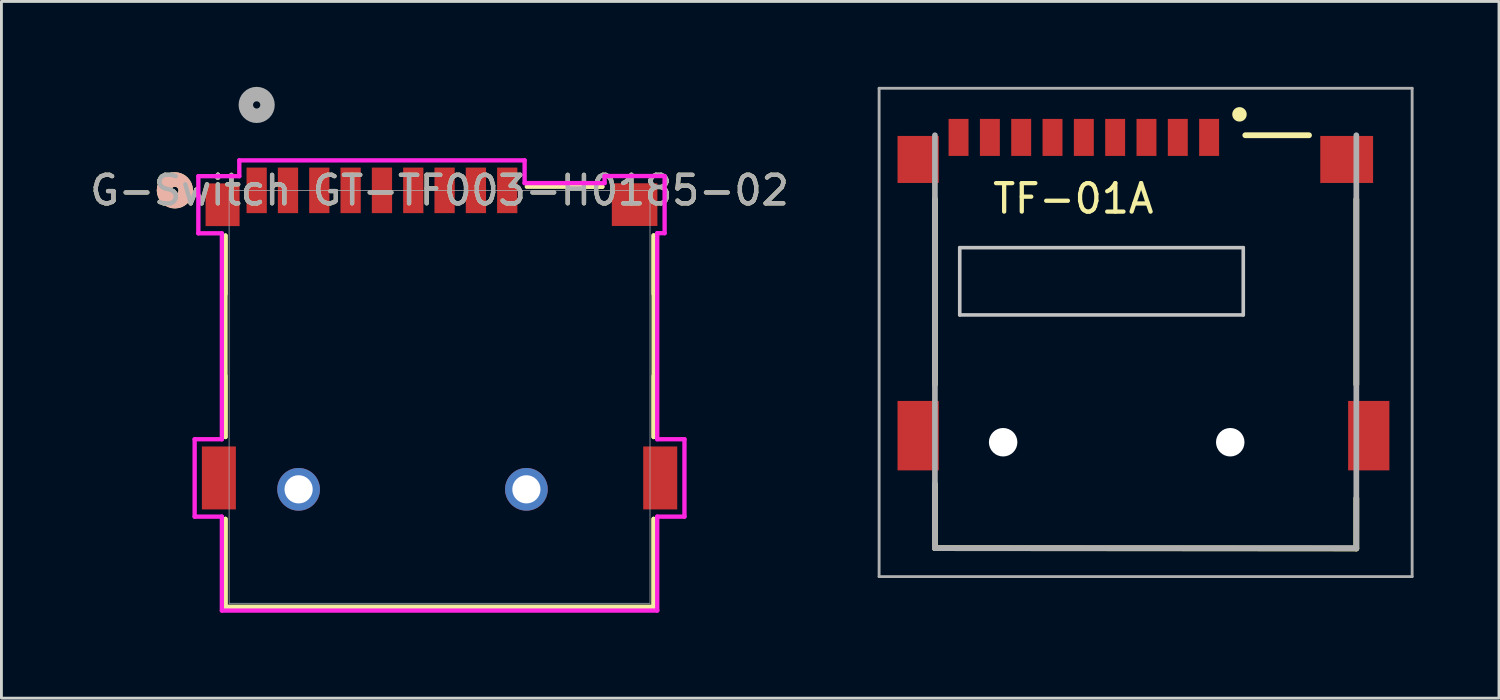
<source format=kicad_pcb>
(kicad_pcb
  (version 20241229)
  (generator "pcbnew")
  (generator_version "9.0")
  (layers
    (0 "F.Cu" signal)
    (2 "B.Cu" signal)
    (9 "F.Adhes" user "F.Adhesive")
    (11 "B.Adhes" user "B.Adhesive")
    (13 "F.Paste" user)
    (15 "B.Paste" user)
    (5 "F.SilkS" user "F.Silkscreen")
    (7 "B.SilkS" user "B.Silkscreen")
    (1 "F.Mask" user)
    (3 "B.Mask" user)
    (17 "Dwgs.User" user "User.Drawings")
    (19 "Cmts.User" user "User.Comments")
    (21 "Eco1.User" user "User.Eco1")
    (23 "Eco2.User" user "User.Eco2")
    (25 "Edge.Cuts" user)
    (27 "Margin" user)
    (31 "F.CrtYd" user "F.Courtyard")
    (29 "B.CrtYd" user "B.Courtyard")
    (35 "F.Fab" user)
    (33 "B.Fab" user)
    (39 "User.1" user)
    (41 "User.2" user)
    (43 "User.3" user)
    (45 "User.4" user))
  (footprint "TF-01A"
    (layer "F.Cu")
    (at 37.184 8.95)
    (property "Reference" "TF-01A" (at -2.54 -5.024 0) (layer "F.SilkS") (effects (font (size 1 1) (thickness 0.15))))
    (attr smd)
    (fp_line (start -7.4 -5) (end -7.4 1.5) (stroke (width 0.203) (type solid)) (layer "F.SilkS"))
    (fp_line (start -7.4 5) (end -7.399 7.25) (stroke (width 0.203) (type solid)) (layer "F.SilkS"))
    (fp_line (start -7.399 7.25) (end 7.399 7.263) (stroke (width 0.203) (type solid)) (layer "F.SilkS"))
    (fp_line (start 3.5 -7.25) (end 5.738 -7.25) (stroke (width 0.203) (type solid)) (layer "F.SilkS"))
    (fp_line (start 7.399 7.263) (end 7.4 5.5) (stroke (width 0.203) (type solid)) (layer "F.SilkS"))
    (fp_line (start 7.4 1.5) (end 7.4 -5) (stroke (width 0.203) (type solid)) (layer "F.SilkS"))
    (fp_circle (center 3.296 -7.984) (end 3.55 -7.984) (stroke (width 0) (type solid)) (fill yes) (layer "F.SilkS"))
    (fp_line (start -6.528 -3.302) (end -6.528 -0.94) (stroke (width 0.127) (type solid)) (layer "Dwgs.User"))
    (fp_line (start -6.528 -0.94) (end 3.429 -0.94) (stroke (width 0.127) (type solid)) (layer "Dwgs.User"))
    (fp_line (start 3.429 -3.302) (end -6.528 -3.302) (stroke (width 0.127) (type solid)) (layer "Dwgs.User"))
    (fp_line (start 3.429 -0.94) (end 3.429 -3.302) (stroke (width 0.127) (type solid)) (layer "Dwgs.User"))
    (fp_line (start -9.36 -8.9) (end 9.36 -8.9) (stroke (width 0.1) (type solid)) (layer "F.Fab"))
    (fp_line (start -9.36 8.25) (end -9.36 -8.9) (stroke (width 0.1) (type solid)) (layer "F.Fab"))
    (fp_line (start -7.4 7.25) (end -7.4 -7.25) (stroke (width 0.2) (type solid)) (layer "F.Fab"))
    (fp_line (start 7.4 -7.25) (end 7.4 7.25) (stroke (width 0.2) (type solid)) (layer "F.Fab"))
    (fp_line (start 7.4 7.25) (end -7.4 7.25) (stroke (width 0.2) (type solid)) (layer "F.Fab"))
    (fp_line (start 9.36 -8.9) (end 9.36 8.25) (stroke (width 0.1) (type solid)) (layer "F.Fab"))
    (fp_line (start 9.36 8.25) (end -9.36 8.25) (stroke (width 0.1) (type solid)) (layer "F.Fab"))
    (pad "" np_thru_hole circle (at -5.004 3.531) (size 1 1) (drill 1) (layers "*.Cu" "*.Mask"))
    (pad "" np_thru_hole circle (at 2.972 3.531) (size 1 1) (drill 1) (layers "*.Cu" "*.Mask"))
    (pad "1" smd rect (at 2.23 -7.174 90) (size 1.3 0.7) (layers "F.Cu" "F.Mask" "F.Paste"))
    (pad "2" smd rect (at 1.13 -7.174 90) (size 1.3 0.7) (layers "F.Cu" "F.Mask" "F.Paste"))
    (pad "3" smd rect (at 0.03 -7.174 90) (size 1.3 0.7) (layers "F.Cu" "F.Mask" "F.Paste"))
    (pad "4" smd rect (at -1.07 -7.174 90) (size 1.3 0.7) (layers "F.Cu" "F.Mask" "F.Paste"))
    (pad "5" smd rect (at -2.17 -7.174 90) (size 1.3 0.7) (layers "F.Cu" "F.Mask" "F.Paste"))
    (pad "6" smd rect (at -3.27 -7.174 90) (size 1.3 0.7) (layers "F.Cu" "F.Mask" "F.Paste"))
    (pad "7" smd rect (at -4.37 -7.174 90) (size 1.3 0.7) (layers "F.Cu" "F.Mask" "F.Paste"))
    (pad "8" smd rect (at -5.47 -7.174 90) (size 1.3 0.7) (layers "F.Cu" "F.Mask" "F.Paste"))
    (pad "10" smd rect (at -7.989 -6.4 90) (size 1.651 1.448) (layers "F.Cu" "F.Mask" "F.Paste"))
    (pad "10" smd rect (at -7.989 3.3 90) (size 2.438 1.448) (layers "F.Cu" "F.Mask" "F.Paste"))
    (pad "10" smd rect (at 7.061 -6.4 90) (size 1.651 1.854) (layers "F.Cu" "F.Mask" "F.Paste"))
    (pad "10" smd rect (at 7.836 3.3 90) (size 2.438 1.448) (layers "F.Cu" "F.Mask" "F.Paste"))
    (pad "CD1" smd rect (at -6.57 -7.174 90) (size 1.3 0.7) (layers "F.Cu" "F.Mask" "F.Paste")))
  (footprint "G-Switch GT-TF003-H0185-02"
    (layer "F.Cu")
    (at 5.964 3.635)
    (property "Reference" "G-Switch GT-TF003-H0185-02" (at 6.423 0 0) (unlocked yes) (layer "F.SilkS") (effects (font (size 1 1) (thickness 0.15))))
    (attr smd)
    (fp_line (start -1.095 1.588) (end -1.095 3.642) (stroke (width 0.152) (type solid)) (layer "F.SilkS"))
    (fp_line (start -1.095 6.518) (end -1.095 8.662) (stroke (width 0.152) (type solid)) (layer "F.SilkS"))
    (fp_line (start -1.095 8.662) (end -1.095 1.588) (stroke (width 0.152) (type solid)) (layer "F.SilkS"))
    (fp_line (start -1.095 11.538) (end -1.095 14.63) (stroke (width 0.152) (type solid)) (layer "F.SilkS"))
    (fp_line (start -1.095 14.63) (end -1.095 11.538) (stroke (width 0.152) (type solid)) (layer "F.SilkS"))
    (fp_line (start -1.095 14.63) (end 13.941 14.63) (stroke (width 0.152) (type solid)) (layer "F.SilkS"))
    (fp_line (start 9.488 -0.127) (end 12.14 -0.127) (stroke (width 0.152) (type solid)) (layer "F.SilkS"))
    (fp_line (start 12.14 -0.127) (end 10.961 -0.127) (stroke (width 0.152) (type solid)) (layer "F.SilkS"))
    (fp_line (start 13.941 1.583) (end 13.941 8.662) (stroke (width 0.152) (type solid)) (layer "F.SilkS"))
    (fp_line (start 13.941 3.642) (end 13.941 1.583) (stroke (width 0.152) (type solid)) (layer "F.SilkS"))
    (fp_line (start 13.941 8.662) (end 13.941 6.518) (stroke (width 0.152) (type solid)) (layer "F.SilkS"))
    (fp_line (start 13.941 11.538) (end 13.941 14.63) (stroke (width 0.152) (type solid)) (layer "F.SilkS"))
    (fp_line (start 13.941 14.63) (end -1.095 14.63) (stroke (width 0.152) (type solid)) (layer "F.SilkS"))
    (fp_line (start 13.941 14.63) (end 13.941 11.538) (stroke (width 0.152) (type solid)) (layer "F.SilkS"))
    (fp_circle (center -2.873 0) (end -2.492 0) (stroke (width 0.508) (type solid)) (fill no) (layer "F.SilkS"))
    (fp_circle (center -2.873 0) (end -2.492 0) (stroke (width 0.508) (type solid)) (fill no) (layer "B.SilkS"))
    (fp_line (start -2.178 8.741) (end -2.178 11.459) (stroke (width 0.152) (type solid)) (layer "F.CrtYd"))
    (fp_line (start -2.178 11.459) (end -1.222 11.459) (stroke (width 0.152) (type solid)) (layer "F.CrtYd"))
    (fp_line (start -2.048 -0.497) (end -2.048 1.509) (stroke (width 0.152) (type solid)) (layer "F.CrtYd"))
    (fp_line (start -2.048 1.509) (end -1.222 1.509) (stroke (width 0.152) (type solid)) (layer "F.CrtYd"))
    (fp_line (start -1.222 1.509) (end -1.222 8.741) (stroke (width 0.152) (type solid)) (layer "F.CrtYd"))
    (fp_line (start -1.222 8.741) (end -2.178 8.741) (stroke (width 0.152) (type solid)) (layer "F.CrtYd"))
    (fp_line (start -1.222 11.459) (end -1.222 14.757) (stroke (width 0.152) (type solid)) (layer "F.CrtYd"))
    (fp_line (start -1.222 14.757) (end 14.068 14.757) (stroke (width 0.152) (type solid)) (layer "F.CrtYd"))
    (fp_line (start -0.61 -1.054) (end -0.61 -0.497) (stroke (width 0.152) (type solid)) (layer "F.CrtYd"))
    (fp_line (start -0.61 -0.497) (end -2.048 -0.497) (stroke (width 0.152) (type solid)) (layer "F.CrtYd"))
    (fp_line (start 9.41 -1.054) (end -0.61 -1.054) (stroke (width 0.152) (type solid)) (layer "F.CrtYd"))
    (fp_line (start 9.41 -0.254) (end 9.41 -1.054) (stroke (width 0.152) (type solid)) (layer "F.CrtYd"))
    (fp_line (start 12.219 -0.502) (end 12.219 -0.254) (stroke (width 0.152) (type solid)) (layer "F.CrtYd"))
    (fp_line (start 12.219 -0.254) (end 9.41 -0.254) (stroke (width 0.152) (type solid)) (layer "F.CrtYd"))
    (fp_line (start 14.068 1.504) (end 14.327 1.504) (stroke (width 0.152) (type solid)) (layer "F.CrtYd"))
    (fp_line (start 14.068 8.741) (end 14.068 1.504) (stroke (width 0.152) (type solid)) (layer "F.CrtYd"))
    (fp_line (start 14.068 11.459) (end 15.024 11.459) (stroke (width 0.152) (type solid)) (layer "F.CrtYd"))
    (fp_line (start 14.068 14.757) (end 14.068 11.459) (stroke (width 0.152) (type solid)) (layer "F.CrtYd"))
    (fp_line (start 14.327 -0.502) (end 12.219 -0.502) (stroke (width 0.152) (type solid)) (layer "F.CrtYd"))
    (fp_line (start 14.327 1.504) (end 14.327 -0.502) (stroke (width 0.152) (type solid)) (layer "F.CrtYd"))
    (fp_line (start 15.024 8.741) (end 14.068 8.741) (stroke (width 0.152) (type solid)) (layer "F.CrtYd"))
    (fp_line (start 15.024 11.459) (end 15.024 8.741) (stroke (width 0.152) (type solid)) (layer "F.CrtYd"))
    (fp_line (start -0.968 0) (end -0.968 14.503) (stroke (width 0.025) (type solid)) (layer "F.Fab"))
    (fp_line (start -0.968 14.503) (end 13.814 14.503) (stroke (width 0.025) (type solid)) (layer "F.Fab"))
    (fp_line (start 13.814 0) (end -0.968 0) (stroke (width 0.025) (type solid)) (layer "F.Fab"))
    (fp_line (start 13.814 14.503) (end 13.814 0) (stroke (width 0.025) (type solid)) (layer "F.Fab"))
    (fp_circle (center 0 -3) (end 0.381 -3) (stroke (width 0.508) (type solid)) (fill no) (layer "F.Fab"))
    (fp_text user "${REFERENCE}" (at 6.423 0 0) (unlocked yes) (layer "F.Fab") (effects (font (size 1 1) (thickness 0.15))))
    (pad "1" smd rect (at 0 0) (size 0.711 1.6) (layers "F.Cu" "F.Mask" "F.Paste"))
    (pad "2" smd rect (at 1.1 0) (size 0.711 1.6) (layers "F.Cu" "F.Mask" "F.Paste"))
    (pad "3" smd rect (at 2.2 0) (size 0.711 1.6) (layers "F.Cu" "F.Mask" "F.Paste"))
    (pad "4" smd rect (at 3.3 0) (size 0.711 1.6) (layers "F.Cu" "F.Mask" "F.Paste"))
    (pad "5" smd rect (at 4.4 0) (size 0.711 1.6) (layers "F.Cu" "F.Mask" "F.Paste"))
    (pad "6" smd rect (at 5.5 0) (size 0.711 1.6) (layers "F.Cu" "F.Mask" "F.Paste"))
    (pad "7" smd rect (at 6.6 0) (size 0.711 1.6) (layers "F.Cu" "F.Mask" "F.Paste"))
    (pad "8" smd rect (at 7.7 0) (size 0.711 1.6) (layers "F.Cu" "F.Mask" "F.Paste"))
    (pad "9" smd rect (at 8.8 0) (size 0.711 1.6) (layers "F.Cu" "F.Mask" "F.Paste"))
    (pad "10" thru_hole circle (at 1.473 10.5) (size 1.499 1.499) (drill 0.991) (layers "*.Cu" "*.Mask"))
    (pad "11" thru_hole circle (at 9.473 10.5) (size 1.499 1.499) (drill 0.991) (layers "*.Cu" "*.Mask"))
    (pad "12" smd rect (at -1.197 0.506) (size 1.194 1.499) (layers "F.Cu" "F.Mask" "F.Paste"))
    (pad "13" smd rect (at -1.327 10.1) (size 1.194 2.21) (layers "F.Cu" "F.Mask" "F.Paste"))
    (pad "14" smd rect (at 13.273 0.501) (size 1.6 1.499) (layers "F.Cu" "F.Mask" "F.Paste"))
    (pad "15" smd rect (at 14.173 10.1) (size 1.194 2.21) (layers "F.Cu" "F.Mask" "F.Paste")))
  (gr_rect
    (start -3 -3)
    (end 49.594 21.469)
    (stroke (width 0.1) (type default))
    (fill no)
    (layer "Edge.Cuts")))
</source>
